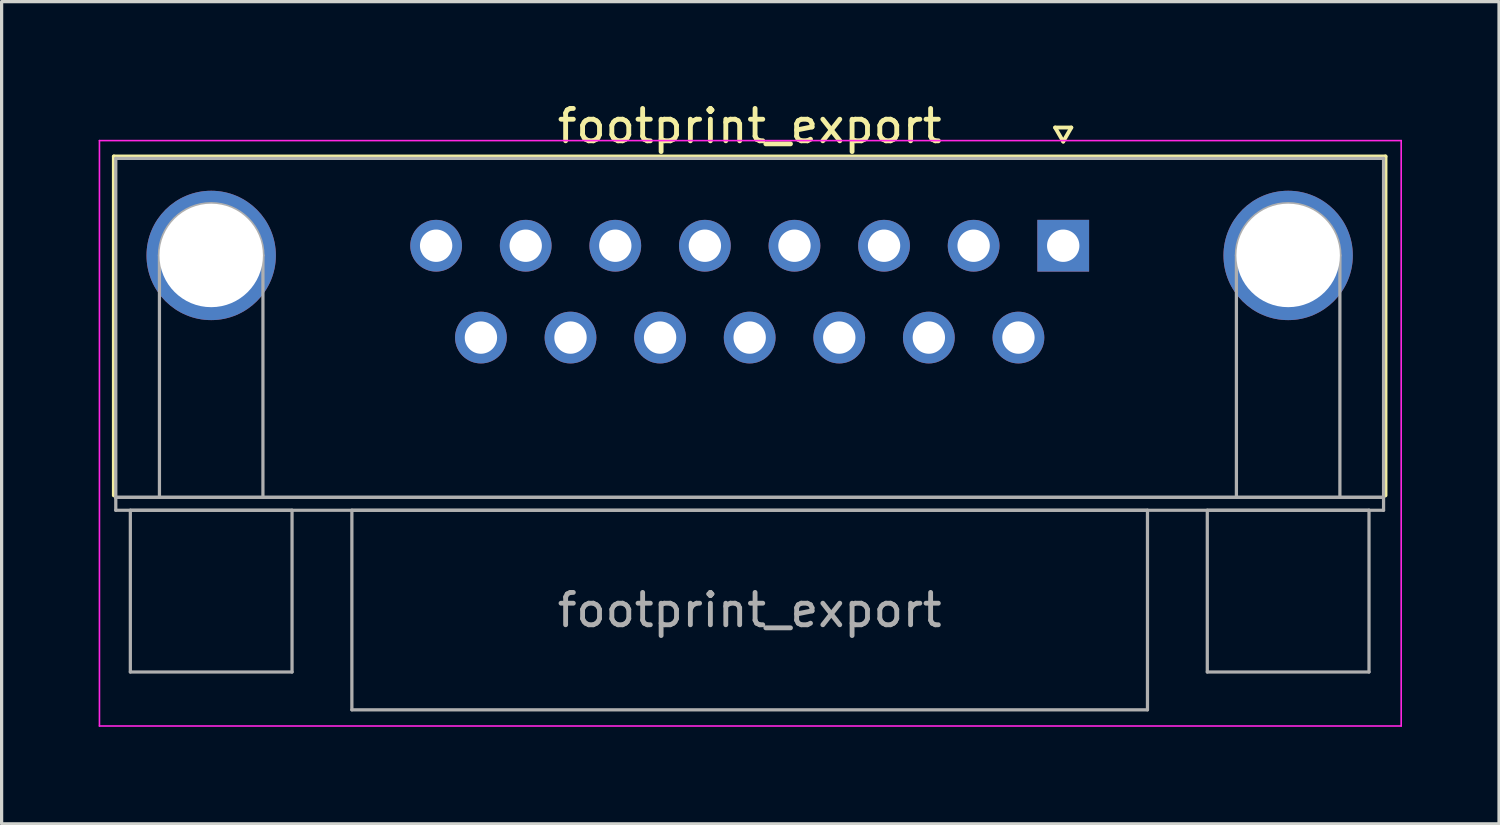
<source format=kicad_pcb>
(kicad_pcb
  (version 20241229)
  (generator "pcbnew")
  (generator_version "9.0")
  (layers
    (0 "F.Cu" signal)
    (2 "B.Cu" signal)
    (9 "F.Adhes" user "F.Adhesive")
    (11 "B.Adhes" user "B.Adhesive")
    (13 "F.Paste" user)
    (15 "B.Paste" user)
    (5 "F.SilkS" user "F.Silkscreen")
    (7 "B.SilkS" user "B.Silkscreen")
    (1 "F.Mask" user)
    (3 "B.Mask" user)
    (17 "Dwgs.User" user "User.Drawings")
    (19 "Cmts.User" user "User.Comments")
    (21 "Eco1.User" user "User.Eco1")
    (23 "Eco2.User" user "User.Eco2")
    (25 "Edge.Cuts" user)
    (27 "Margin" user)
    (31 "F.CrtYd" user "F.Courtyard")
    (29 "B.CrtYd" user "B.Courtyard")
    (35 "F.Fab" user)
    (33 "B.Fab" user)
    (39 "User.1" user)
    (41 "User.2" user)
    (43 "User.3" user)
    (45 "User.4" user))
  (footprint "footprint_export"
    (layer "F.Cu")
    (at 29.825 4.548)
    (property "Reference" "footprint_export" (at -9.695 -3.7 0) (layer "F.SilkS") (effects (font (size 1 1) (thickness 0.15))))
    (attr through_hole)
    (fp_line (start -29.355 -2.76) (end 9.965 -2.76) (stroke (width 0.12) (type solid)) (layer "F.SilkS"))
    (fp_line (start -29.355 7.72) (end -29.355 -2.76) (stroke (width 0.12) (type solid)) (layer "F.SilkS"))
    (fp_line (start -0.25 -3.654) (end 0.25 -3.654) (stroke (width 0.12) (type solid)) (layer "F.SilkS"))
    (fp_line (start 0 -3.221) (end -0.25 -3.654) (stroke (width 0.12) (type solid)) (layer "F.SilkS"))
    (fp_line (start 0.25 -3.654) (end 0 -3.221) (stroke (width 0.12) (type solid)) (layer "F.SilkS"))
    (fp_line (start 9.965 -2.76) (end 9.965 7.72) (stroke (width 0.12) (type solid)) (layer "F.SilkS"))
    (fp_line (start -29.8 -3.25) (end -29.8 14.85) (stroke (width 0.05) (type solid)) (layer "F.CrtYd"))
    (fp_line (start -29.8 14.85) (end 10.45 14.85) (stroke (width 0.05) (type solid)) (layer "F.CrtYd"))
    (fp_line (start 10.45 -3.25) (end -29.8 -3.25) (stroke (width 0.05) (type solid)) (layer "F.CrtYd"))
    (fp_line (start 10.45 14.85) (end 10.45 -3.25) (stroke (width 0.05) (type solid)) (layer "F.CrtYd"))
    (fp_line (start -29.295 -2.7) (end -29.295 7.78) (stroke (width 0.1) (type solid)) (layer "F.Fab"))
    (fp_line (start -29.295 7.78) (end -29.295 8.18) (stroke (width 0.1) (type solid)) (layer "F.Fab"))
    (fp_line (start -29.295 7.78) (end 9.905 7.78) (stroke (width 0.1) (type solid)) (layer "F.Fab"))
    (fp_line (start -29.295 8.18) (end 9.905 8.18) (stroke (width 0.1) (type solid)) (layer "F.Fab"))
    (fp_line (start -28.845 8.18) (end -28.845 13.18) (stroke (width 0.1) (type solid)) (layer "F.Fab"))
    (fp_line (start -28.845 13.18) (end -23.845 13.18) (stroke (width 0.1) (type solid)) (layer "F.Fab"))
    (fp_line (start -27.945 7.78) (end -27.945 0.3) (stroke (width 0.1) (type solid)) (layer "F.Fab"))
    (fp_line (start -24.745 7.78) (end -24.745 0.3) (stroke (width 0.1) (type solid)) (layer "F.Fab"))
    (fp_line (start -23.845 8.18) (end -28.845 8.18) (stroke (width 0.1) (type solid)) (layer "F.Fab"))
    (fp_line (start -23.845 13.18) (end -23.845 8.18) (stroke (width 0.1) (type solid)) (layer "F.Fab"))
    (fp_line (start -21.995 8.18) (end -21.995 14.35) (stroke (width 0.1) (type solid)) (layer "F.Fab"))
    (fp_line (start -21.995 14.35) (end 2.605 14.35) (stroke (width 0.1) (type solid)) (layer "F.Fab"))
    (fp_line (start 2.605 8.18) (end -21.995 8.18) (stroke (width 0.1) (type solid)) (layer "F.Fab"))
    (fp_line (start 2.605 14.35) (end 2.605 8.18) (stroke (width 0.1) (type solid)) (layer "F.Fab"))
    (fp_line (start 4.455 8.18) (end 4.455 13.18) (stroke (width 0.1) (type solid)) (layer "F.Fab"))
    (fp_line (start 4.455 13.18) (end 9.455 13.18) (stroke (width 0.1) (type solid)) (layer "F.Fab"))
    (fp_line (start 5.355 7.78) (end 5.355 0.3) (stroke (width 0.1) (type solid)) (layer "F.Fab"))
    (fp_line (start 8.555 7.78) (end 8.555 0.3) (stroke (width 0.1) (type solid)) (layer "F.Fab"))
    (fp_line (start 9.455 8.18) (end 4.455 8.18) (stroke (width 0.1) (type solid)) (layer "F.Fab"))
    (fp_line (start 9.455 13.18) (end 9.455 8.18) (stroke (width 0.1) (type solid)) (layer "F.Fab"))
    (fp_line (start 9.905 -2.7) (end -29.295 -2.7) (stroke (width 0.1) (type solid)) (layer "F.Fab"))
    (fp_line (start 9.905 7.78) (end -29.295 7.78) (stroke (width 0.1) (type solid)) (layer "F.Fab"))
    (fp_line (start 9.905 7.78) (end 9.905 -2.7) (stroke (width 0.1) (type solid)) (layer "F.Fab"))
    (fp_line (start 9.905 8.18) (end 9.905 7.78) (stroke (width 0.1) (type solid)) (layer "F.Fab"))
    (fp_arc (start -27.945 0.3) (mid -26.345 -1.3) (end -24.745 0.3) (stroke (width 0.1) (type solid)) (layer "F.Fab"))
    (fp_arc (start 5.355 0.3) (mid 6.955 -1.3) (end 8.555 0.3) (stroke (width 0.1) (type solid)) (layer "F.Fab"))
    (fp_text user "${REFERENCE}" (at -9.695 11.265 0) (layer "F.Fab") (effects (font (size 1 1) (thickness 0.15))))
    (pad "0" thru_hole circle (at -26.345 0.3) (size 4 4) (drill 3.2) (layers "*.Cu" "*.Mask"))
    (pad "0" thru_hole circle (at 6.955 0.3) (size 4 4) (drill 3.2) (layers "*.Cu" "*.Mask"))
    (pad "1" thru_hole rect (at 0 0) (size 1.6 1.6) (drill 1) (layers "*.Cu" "*.Mask"))
    (pad "2" thru_hole circle (at -2.77 0) (size 1.6 1.6) (drill 1) (layers "*.Cu" "*.Mask"))
    (pad "3" thru_hole circle (at -5.54 0) (size 1.6 1.6) (drill 1) (layers "*.Cu" "*.Mask"))
    (pad "4" thru_hole circle (at -8.31 0) (size 1.6 1.6) (drill 1) (layers "*.Cu" "*.Mask"))
    (pad "5" thru_hole circle (at -11.08 0) (size 1.6 1.6) (drill 1) (layers "*.Cu" "*.Mask"))
    (pad "6" thru_hole circle (at -13.85 0) (size 1.6 1.6) (drill 1) (layers "*.Cu" "*.Mask"))
    (pad "7" thru_hole circle (at -16.62 0) (size 1.6 1.6) (drill 1) (layers "*.Cu" "*.Mask"))
    (pad "8" thru_hole circle (at -19.39 0) (size 1.6 1.6) (drill 1) (layers "*.Cu" "*.Mask"))
    (pad "9" thru_hole circle (at -1.385 2.84) (size 1.6 1.6) (drill 1) (layers "*.Cu" "*.Mask"))
    (pad "10" thru_hole circle (at -4.155 2.84) (size 1.6 1.6) (drill 1) (layers "*.Cu" "*.Mask"))
    (pad "11" thru_hole circle (at -6.925 2.84) (size 1.6 1.6) (drill 1) (layers "*.Cu" "*.Mask"))
    (pad "12" thru_hole circle (at -9.695 2.84) (size 1.6 1.6) (drill 1) (layers "*.Cu" "*.Mask"))
    (pad "13" thru_hole circle (at -12.465 2.84) (size 1.6 1.6) (drill 1) (layers "*.Cu" "*.Mask"))
    (pad "14" thru_hole circle (at -15.235 2.84) (size 1.6 1.6) (drill 1) (layers "*.Cu" "*.Mask"))
    (pad "15" thru_hole circle (at -18.005 2.84) (size 1.6 1.6) (drill 1) (layers "*.Cu" "*.Mask")))
  (gr_rect
    (start -3 -3)
    (end 43.3 22.423)
    (stroke (width 0.1) (type default))
    (fill no)
    (layer "Edge.Cuts")))
</source>
